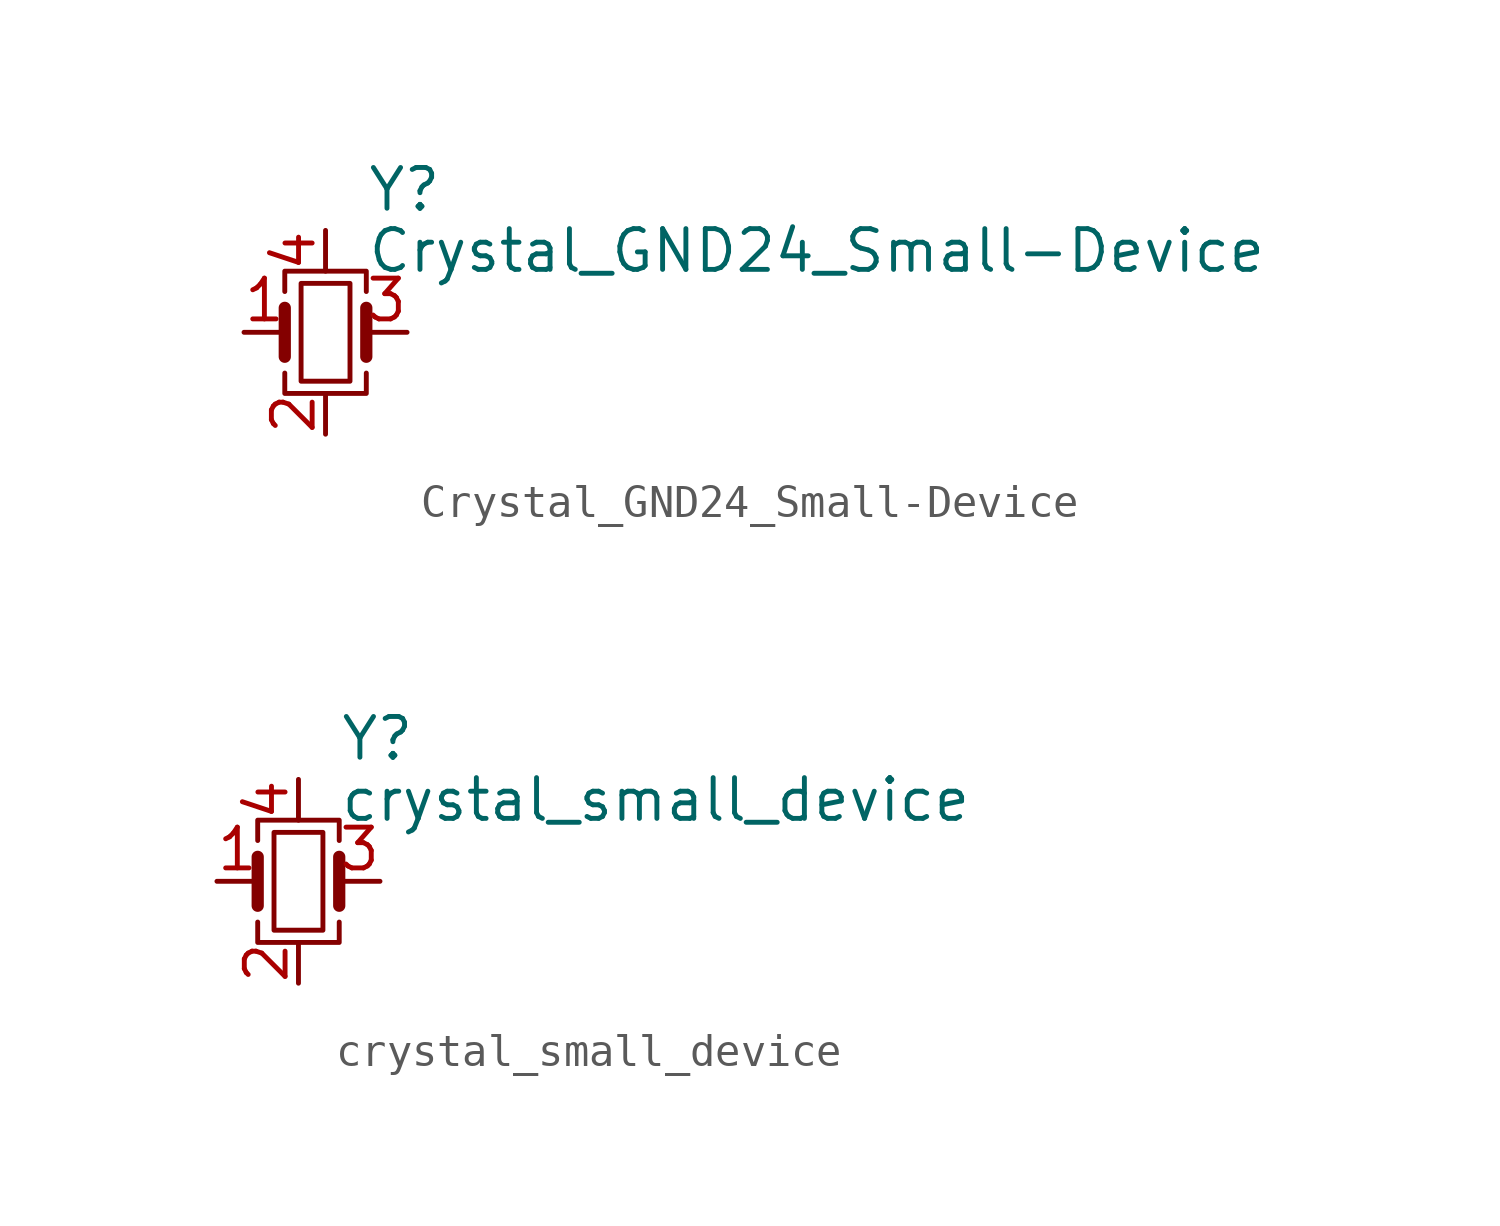
<source format=kicad_sym>
(kicad_symbol_lib
  (version 20220914)
  (generator kicad_symbol_editor)
  (symbol "Crystal_GND24_Small-Device"
    (pin_names
      (offset 1.016) hide)
    (property "Reference" "Y"
      (at 1.27 4.445 0)
      (effects (font (size 1.27 1.27)) (justify left)))
    (property "Value" "Crystal_GND24_Small-Device"
      (at 1.27 2.54 0)
      (effects (font (size 1.27 1.27)) (justify left)))
    (symbol "Crystal_GND24_Small-Device_0_1"
      (rectangle (start -0.762 -1.524) (end 0.762 1.524) (stroke (width 0) (type solid)) (fill (type none)))
      (polyline (pts (xy -1.27 -0.762) (xy -1.27 0.762)) (stroke (width 0.381) (type solid)) (fill (type none)))
      (polyline (pts (xy 1.27 -0.762) (xy 1.27 0.762)) (stroke (width 0.381) (type solid)) (fill (type none)))
      (polyline (pts (xy -1.27 -1.27) (xy -1.27 -1.905) (xy 1.27 -1.905) (xy 1.27 -1.27)) (stroke (width 0) (type solid)) (fill (type none)))
      (polyline (pts (xy -1.27 1.27) (xy -1.27 1.905) (xy 1.27 1.905) (xy 1.27 1.27)) (stroke (width 0) (type solid)) (fill (type none))))
    (symbol "Crystal_GND24_Small-Device_1_1"
      (pin passive line (at -2.54 0 0) (length 1.27) (name "1" (effects (font (size 1.27 1.27)))) (number "1" (effects (font (size 1.27 1.27)))))
      (pin passive line (at 0 -3.175 90) (length 1.27) (name "2" (effects (font (size 1.27 1.27)))) (number "2" (effects (font (size 1.27 1.27)))))
      (pin passive line (at 2.54 0 180) (length 1.27) (name "3" (effects (font (size 1.27 1.27)))) (number "3" (effects (font (size 1.27 1.27)))))
      (pin passive line (at 0 3.175 270) (length 1.27) (name "4" (effects (font (size 1.27 1.27)))) (number "4" (effects (font (size 1.27 1.27)))))))
  (symbol "crystal_small_device"
    (pin_names
      (offset 1.016) hide)
    (property "Reference" "Y"
      (at 1.27 4.445 0)
      (effects (font (size 1.27 1.27)) (justify left)))
    (property "Value" "crystal_small_device"
      (at 1.27 2.54 0)
      (effects (font (size 1.27 1.27)) (justify left)))
    (symbol "crystal_small_device_0_1"
      (rectangle (start -0.762 -1.524) (end 0.762 1.524) (stroke (width 0) (type solid)) (fill (type none)))
      (polyline (pts (xy -1.27 -0.762) (xy -1.27 0.762)) (stroke (width 0.381) (type solid)) (fill (type none)))
      (polyline (pts (xy 1.27 -0.762) (xy 1.27 0.762)) (stroke (width 0.381) (type solid)) (fill (type none)))
      (polyline (pts (xy -1.27 -1.27) (xy -1.27 -1.905) (xy 1.27 -1.905) (xy 1.27 -1.27)) (stroke (width 0) (type solid)) (fill (type none)))
      (polyline (pts (xy -1.27 1.27) (xy -1.27 1.905) (xy 1.27 1.905) (xy 1.27 1.27)) (stroke (width 0) (type solid)) (fill (type none))))
    (symbol "crystal_small_device_1_1"
      (pin passive line (at -2.54 0 0) (length 1.27) (name "1" (effects (font (size 1.27 1.27)))) (number "1" (effects (font (size 1.27 1.27)))))
      (pin passive line (at 0 -3.175 90) (length 1.27) (name "2" (effects (font (size 1.27 1.27)))) (number "2" (effects (font (size 1.27 1.27)))))
      (pin passive line (at 2.54 0 180) (length 1.27) (name "3" (effects (font (size 1.27 1.27)))) (number "3" (effects (font (size 1.27 1.27)))))
      (pin passive line (at 0 3.175 270) (length 1.27) (name "4" (effects (font (size 1.27 1.27)))) (number "4" (effects (font (size 1.27 1.27))))))))
</source>
